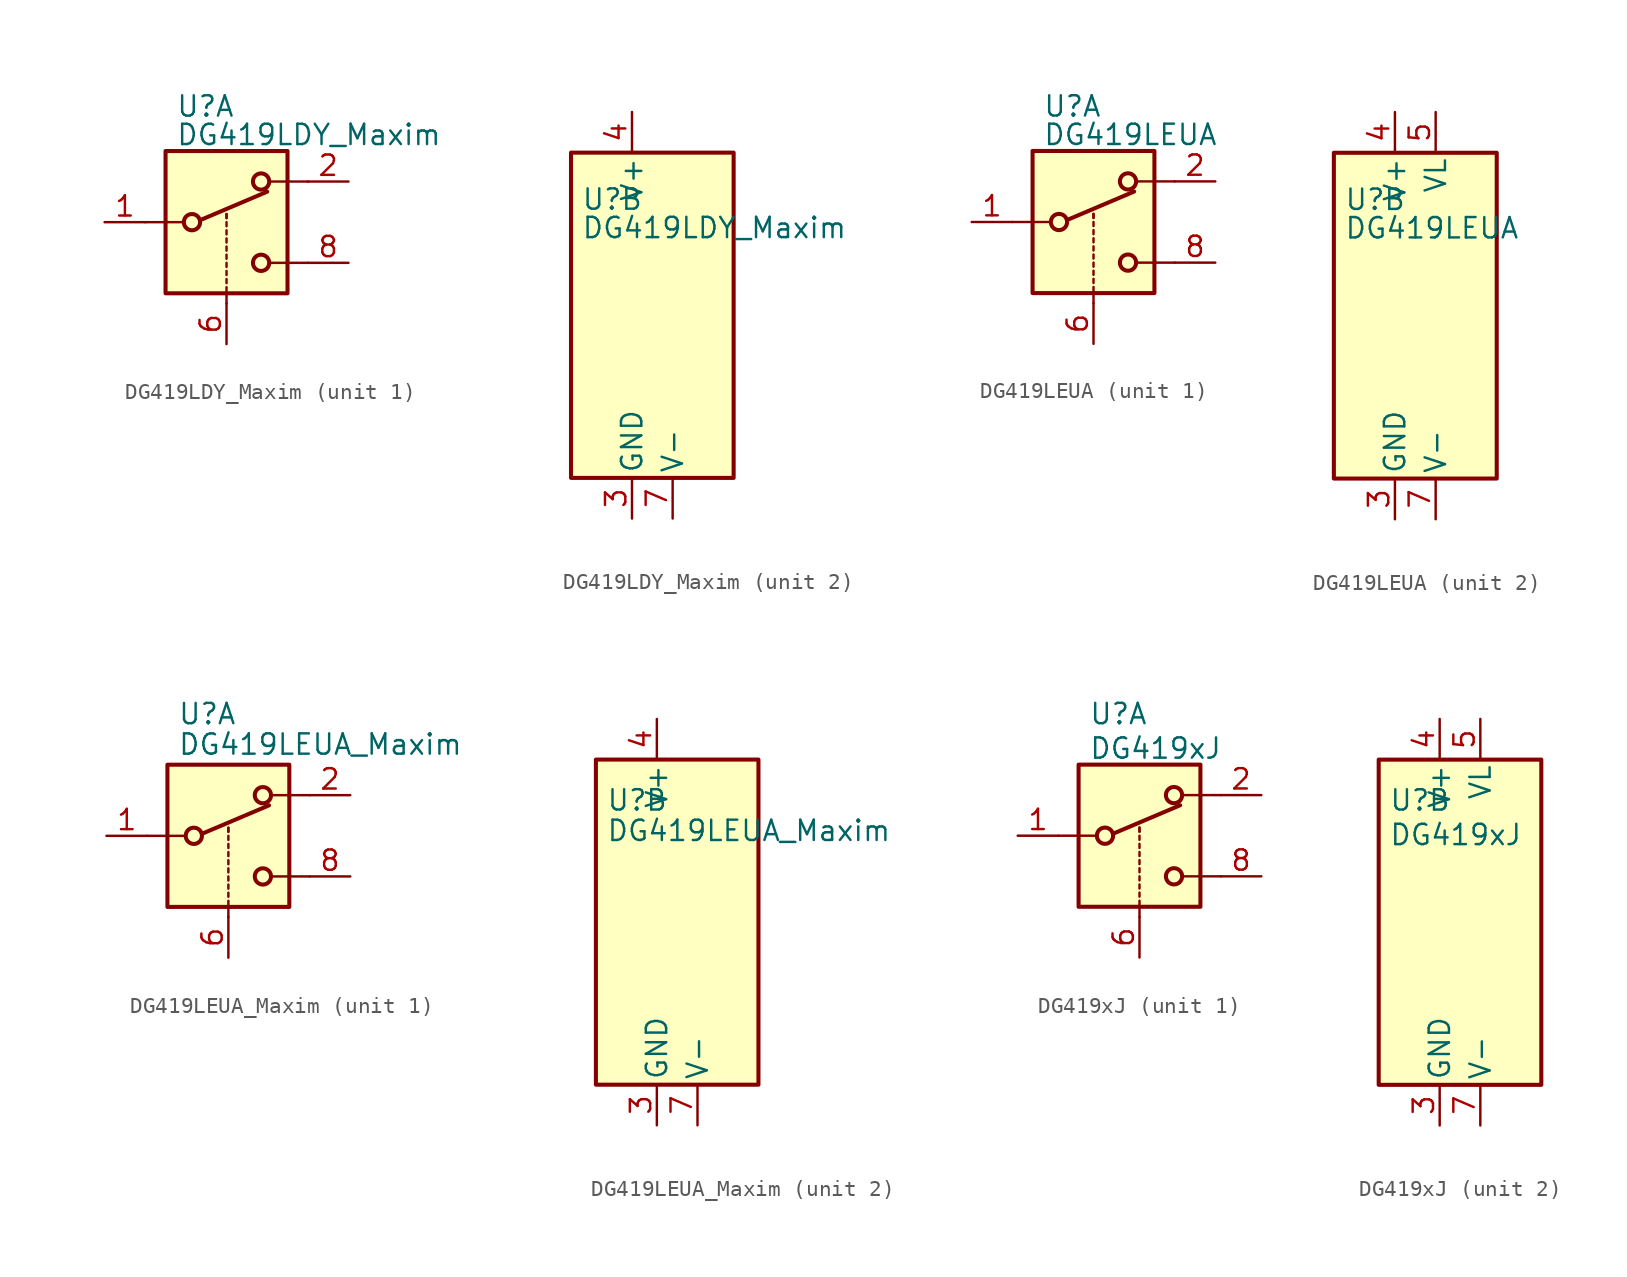
<source format=kicad_sym>
(kicad_symbol_lib
  (version 20231120)
  (generator "kicad_symbol_editor")
  (generator_version "8.0")
  (symbol "DG419LDY_Maxim"
    (pin_names
      (offset 0.254))
    (property "Reference" "U"
      (at -3.175 7.239 0)
      (effects (font (size 1.27 1.27)) (justify left)))
    (property "Value" "DG419LDY_Maxim"
      (at -3.175 5.461 0)
      (effects (font (size 1.27 1.27)) (justify left)))
    (symbol "DG419LDY_Maxim_1_1"
      (rectangle (start -3.81 4.445) (end 3.81 -4.445) (stroke (width 0.254) (type default)) (fill (type background)))
      (circle (center -2.159 0) (radius 0.508) (stroke (width 0.254) (type default)) (fill (type none)))
      (polyline (pts (xy -5.08 0) (xy -2.794 0)) (stroke (width 0) (type default)) (fill (type none)))
      (polyline (pts (xy -1.651 0.127) (xy 2.54 1.905)) (stroke (width 0.254) (type default)) (fill (type none)))
      (polyline (pts (xy 0 -5.08) (xy 0 -4.572)) (stroke (width 0) (type default)) (fill (type none)))
      (polyline (pts (xy 0 -4.318) (xy 0 -4.064)) (stroke (width 0) (type default)) (fill (type none)))
      (polyline (pts (xy 0 -3.81) (xy 0 -3.556)) (stroke (width 0) (type default)) (fill (type none)))
      (polyline (pts (xy 0 -3.302) (xy 0 -3.048)) (stroke (width 0) (type default)) (fill (type none)))
      (polyline (pts (xy 0 -2.794) (xy 0 -2.54)) (stroke (width 0) (type default)) (fill (type none)))
      (polyline (pts (xy 0 -2.286) (xy 0 -2.032)) (stroke (width 0) (type default)) (fill (type none)))
      (polyline (pts (xy 0 -1.778) (xy 0 -1.524)) (stroke (width 0) (type default)) (fill (type none)))
      (polyline (pts (xy 0 -1.27) (xy 0 -1.016)) (stroke (width 0) (type default)) (fill (type none)))
      (polyline (pts (xy 0 -0.762) (xy 0 -0.508)) (stroke (width 0) (type default)) (fill (type none)))
      (polyline (pts (xy 0 -0.254) (xy 0 0)) (stroke (width 0) (type default)) (fill (type none)))
      (polyline (pts (xy 0 0.254) (xy 0 0.508)) (stroke (width 0) (type default)) (fill (type none)))
      (polyline (pts (xy 0 0.254) (xy 0 0.508)) (stroke (width 0) (type default)) (fill (type none)))
      (polyline (pts (xy 5.08 -2.54) (xy 2.794 -2.54)) (stroke (width 0) (type default)) (fill (type none)))
      (polyline (pts (xy 5.08 2.54) (xy 2.794 2.54)) (stroke (width 0) (type default)) (fill (type none)))
      (circle (center 2.159 -2.54) (radius 0.508) (stroke (width 0.254) (type default)) (fill (type none)))
      (circle (center 2.159 2.54) (radius 0.508) (stroke (width 0.254) (type default)) (fill (type none)))
      (pin passive line (at -7.62 0 0) (length 2.54) (name "~" (effects (font (size 1.27 1.27)))) (number "1" (effects (font (size 1.27 1.27)))))
      (pin passive line (at 7.62 2.54 180) (length 2.54) (name "~" (effects (font (size 1.27 1.27)))) (number "2" (effects (font (size 1.27 1.27)))))
      (pin input line (at 0 -7.62 90) (length 2.54) (name "~" (effects (font (size 1.27 1.27)))) (number "6" (effects (font (size 1.27 1.27)))))
      (pin passive line (at 7.62 -2.54 180) (length 2.54) (name "~" (effects (font (size 1.27 1.27)))) (number "8" (effects (font (size 1.27 1.27))))))
    (symbol "DG419LDY_Maxim_2_0"
      (pin power_in line (at 0 -12.7 90) (length 2.54) (name "GND" (effects (font (size 1.27 1.27)))) (number "3" (effects (font (size 1.27 1.27)))))
      (pin power_in line (at 0 12.7 270) (length 2.54) (name "V+" (effects (font (size 1.27 1.27)))) (number "4" (effects (font (size 1.27 1.27)))))
      (pin no_connect line (at 2.54 10.16 270) (length 2.54) hide (name "NC" (effects (font (size 1.27 1.27)))) (number "5" (effects (font (size 1.27 1.27)))))
      (pin power_in line (at 2.54 -12.7 90) (length 2.54) (name "V-" (effects (font (size 1.27 1.27)))) (number "7" (effects (font (size 1.27 1.27))))))
    (symbol "DG419LDY_Maxim_2_1"
      (rectangle (start -3.81 10.16) (end 6.35 -10.16) (stroke (width 0.254) (type default)) (fill (type background)))))
  (symbol "DG419LEUA"
    (pin_names
      (offset 0.254))
    (property "Reference" "U"
      (at -3.175 7.239 0)
      (effects (font (size 1.27 1.27)) (justify left)))
    (property "Value" "DG419LEUA"
      (at -3.175 5.461 0)
      (effects (font (size 1.27 1.27)) (justify left)))
    (symbol "DG419LEUA_1_1"
      (rectangle (start -3.81 4.445) (end 3.81 -4.445) (stroke (width 0.254) (type default)) (fill (type background)))
      (circle (center -2.159 0) (radius 0.508) (stroke (width 0.254) (type default)) (fill (type none)))
      (polyline (pts (xy -5.08 0) (xy -2.794 0)) (stroke (width 0) (type default)) (fill (type none)))
      (polyline (pts (xy -1.651 0.127) (xy 2.54 1.905)) (stroke (width 0.254) (type default)) (fill (type none)))
      (polyline (pts (xy 0 -5.08) (xy 0 -4.572)) (stroke (width 0) (type default)) (fill (type none)))
      (polyline (pts (xy 0 -4.318) (xy 0 -4.064)) (stroke (width 0) (type default)) (fill (type none)))
      (polyline (pts (xy 0 -3.81) (xy 0 -3.556)) (stroke (width 0) (type default)) (fill (type none)))
      (polyline (pts (xy 0 -3.302) (xy 0 -3.048)) (stroke (width 0) (type default)) (fill (type none)))
      (polyline (pts (xy 0 -2.794) (xy 0 -2.54)) (stroke (width 0) (type default)) (fill (type none)))
      (polyline (pts (xy 0 -2.286) (xy 0 -2.032)) (stroke (width 0) (type default)) (fill (type none)))
      (polyline (pts (xy 0 -1.778) (xy 0 -1.524)) (stroke (width 0) (type default)) (fill (type none)))
      (polyline (pts (xy 0 -1.27) (xy 0 -1.016)) (stroke (width 0) (type default)) (fill (type none)))
      (polyline (pts (xy 0 -0.762) (xy 0 -0.508)) (stroke (width 0) (type default)) (fill (type none)))
      (polyline (pts (xy 0 -0.254) (xy 0 0)) (stroke (width 0) (type default)) (fill (type none)))
      (polyline (pts (xy 0 0.254) (xy 0 0.508)) (stroke (width 0) (type default)) (fill (type none)))
      (polyline (pts (xy 0 0.254) (xy 0 0.508)) (stroke (width 0) (type default)) (fill (type none)))
      (polyline (pts (xy 5.08 -2.54) (xy 2.794 -2.54)) (stroke (width 0) (type default)) (fill (type none)))
      (polyline (pts (xy 5.08 2.54) (xy 2.794 2.54)) (stroke (width 0) (type default)) (fill (type none)))
      (circle (center 2.159 -2.54) (radius 0.508) (stroke (width 0.254) (type default)) (fill (type none)))
      (circle (center 2.159 2.54) (radius 0.508) (stroke (width 0.254) (type default)) (fill (type none)))
      (pin passive line (at -7.62 0 0) (length 2.54) (name "~" (effects (font (size 1.27 1.27)))) (number "1" (effects (font (size 1.27 1.27)))))
      (pin passive line (at 7.62 2.54 180) (length 2.54) (name "~" (effects (font (size 1.27 1.27)))) (number "2" (effects (font (size 1.27 1.27)))))
      (pin input line (at 0 -7.62 90) (length 2.54) (name "~" (effects (font (size 1.27 1.27)))) (number "6" (effects (font (size 1.27 1.27)))))
      (pin passive line (at 7.62 -2.54 180) (length 2.54) (name "~" (effects (font (size 1.27 1.27)))) (number "8" (effects (font (size 1.27 1.27))))))
    (symbol "DG419LEUA_2_0"
      (pin power_in line (at 0 -12.7 90) (length 2.54) (name "GND" (effects (font (size 1.27 1.27)))) (number "3" (effects (font (size 1.27 1.27)))))
      (pin power_in line (at 0 12.7 270) (length 2.54) (name "V+" (effects (font (size 1.27 1.27)))) (number "4" (effects (font (size 1.27 1.27)))))
      (pin power_in line (at 2.54 12.7 270) (length 2.54) (name "VL" (effects (font (size 1.27 1.27)))) (number "5" (effects (font (size 1.27 1.27)))))
      (pin power_in line (at 2.54 -12.7 90) (length 2.54) (name "V-" (effects (font (size 1.27 1.27)))) (number "7" (effects (font (size 1.27 1.27))))))
    (symbol "DG419LEUA_2_1"
      (rectangle (start -3.81 10.16) (end 6.35 -10.16) (stroke (width 0.254) (type default)) (fill (type background)))))
  (symbol "DG419LEUA_Maxim"
    (pin_names
      (offset 0.254))
    (property "Reference" "U"
      (at -3.175 7.62 0)
      (effects (font (size 1.27 1.27)) (justify left)))
    (property "Value" "DG419LEUA_Maxim"
      (at -3.175 5.715 0)
      (effects (font (size 1.27 1.27)) (justify left)))
    (symbol "DG419LEUA_Maxim_1_1"
      (rectangle (start -3.81 4.445) (end 3.81 -4.445) (stroke (width 0.254) (type default)) (fill (type background)))
      (circle (center -2.159 0) (radius 0.508) (stroke (width 0.254) (type default)) (fill (type none)))
      (polyline (pts (xy -5.08 0) (xy -2.794 0)) (stroke (width 0) (type default)) (fill (type none)))
      (polyline (pts (xy -1.651 0.127) (xy 2.54 1.905)) (stroke (width 0.254) (type default)) (fill (type none)))
      (polyline (pts (xy 0 -5.08) (xy 0 -4.572)) (stroke (width 0) (type default)) (fill (type none)))
      (polyline (pts (xy 0 -4.318) (xy 0 -4.064)) (stroke (width 0) (type default)) (fill (type none)))
      (polyline (pts (xy 0 -3.81) (xy 0 -3.556)) (stroke (width 0) (type default)) (fill (type none)))
      (polyline (pts (xy 0 -3.302) (xy 0 -3.048)) (stroke (width 0) (type default)) (fill (type none)))
      (polyline (pts (xy 0 -2.794) (xy 0 -2.54)) (stroke (width 0) (type default)) (fill (type none)))
      (polyline (pts (xy 0 -2.286) (xy 0 -2.032)) (stroke (width 0) (type default)) (fill (type none)))
      (polyline (pts (xy 0 -1.778) (xy 0 -1.524)) (stroke (width 0) (type default)) (fill (type none)))
      (polyline (pts (xy 0 -1.27) (xy 0 -1.016)) (stroke (width 0) (type default)) (fill (type none)))
      (polyline (pts (xy 0 -0.762) (xy 0 -0.508)) (stroke (width 0) (type default)) (fill (type none)))
      (polyline (pts (xy 0 -0.254) (xy 0 0)) (stroke (width 0) (type default)) (fill (type none)))
      (polyline (pts (xy 0 0.254) (xy 0 0.508)) (stroke (width 0) (type default)) (fill (type none)))
      (polyline (pts (xy 0 0.254) (xy 0 0.508)) (stroke (width 0) (type default)) (fill (type none)))
      (polyline (pts (xy 5.08 -2.54) (xy 2.794 -2.54)) (stroke (width 0) (type default)) (fill (type none)))
      (polyline (pts (xy 5.08 2.54) (xy 2.794 2.54)) (stroke (width 0) (type default)) (fill (type none)))
      (circle (center 2.159 -2.54) (radius 0.508) (stroke (width 0.254) (type default)) (fill (type none)))
      (circle (center 2.159 2.54) (radius 0.508) (stroke (width 0.254) (type default)) (fill (type none)))
      (pin passive line (at -7.62 0 0) (length 2.54) (name "~" (effects (font (size 1.27 1.27)))) (number "1" (effects (font (size 1.27 1.27)))))
      (pin passive line (at 7.62 2.54 180) (length 2.54) (name "~" (effects (font (size 1.27 1.27)))) (number "2" (effects (font (size 1.27 1.27)))))
      (pin input line (at 0 -7.62 90) (length 2.54) (name "~" (effects (font (size 1.27 1.27)))) (number "6" (effects (font (size 1.27 1.27)))))
      (pin passive line (at 7.62 -2.54 180) (length 2.54) (name "~" (effects (font (size 1.27 1.27)))) (number "8" (effects (font (size 1.27 1.27))))))
    (symbol "DG419LEUA_Maxim_2_0"
      (pin power_in line (at 0 -12.7 90) (length 2.54) (name "GND" (effects (font (size 1.27 1.27)))) (number "3" (effects (font (size 1.27 1.27)))))
      (pin power_in line (at 0 12.7 270) (length 2.54) (name "V+" (effects (font (size 1.27 1.27)))) (number "4" (effects (font (size 1.27 1.27)))))
      (pin no_connect line (at 2.54 10.16 270) (length 2.54) hide (name "NC" (effects (font (size 1.27 1.27)))) (number "5" (effects (font (size 1.27 1.27)))))
      (pin power_in line (at 2.54 -12.7 90) (length 2.54) (name "V-" (effects (font (size 1.27 1.27)))) (number "7" (effects (font (size 1.27 1.27))))))
    (symbol "DG419LEUA_Maxim_2_1"
      (rectangle (start -3.81 10.16) (end 6.35 -10.16) (stroke (width 0.254) (type default)) (fill (type background)))))
  (symbol "DG419xJ"
    (pin_names
      (offset 0.254))
    (property "Reference" "U"
      (at -3.175 7.62 0)
      (effects (font (size 1.27 1.27)) (justify left)))
    (property "Value" "DG419xJ"
      (at -3.175 5.461 0)
      (effects (font (size 1.27 1.27)) (justify left)))
    (symbol "DG419xJ_1_1"
      (rectangle (start -3.81 4.445) (end 3.81 -4.445) (stroke (width 0.254) (type default)) (fill (type background)))
      (circle (center -2.159 0) (radius 0.508) (stroke (width 0.254) (type default)) (fill (type none)))
      (polyline (pts (xy -5.08 0) (xy -2.794 0)) (stroke (width 0) (type default)) (fill (type none)))
      (polyline (pts (xy -1.651 0.127) (xy 2.54 1.905)) (stroke (width 0.254) (type default)) (fill (type none)))
      (polyline (pts (xy 0 -5.08) (xy 0 -4.572)) (stroke (width 0) (type default)) (fill (type none)))
      (polyline (pts (xy 0 -4.318) (xy 0 -4.064)) (stroke (width 0) (type default)) (fill (type none)))
      (polyline (pts (xy 0 -3.81) (xy 0 -3.556)) (stroke (width 0) (type default)) (fill (type none)))
      (polyline (pts (xy 0 -3.302) (xy 0 -3.048)) (stroke (width 0) (type default)) (fill (type none)))
      (polyline (pts (xy 0 -2.794) (xy 0 -2.54)) (stroke (width 0) (type default)) (fill (type none)))
      (polyline (pts (xy 0 -2.286) (xy 0 -2.032)) (stroke (width 0) (type default)) (fill (type none)))
      (polyline (pts (xy 0 -1.778) (xy 0 -1.524)) (stroke (width 0) (type default)) (fill (type none)))
      (polyline (pts (xy 0 -1.27) (xy 0 -1.016)) (stroke (width 0) (type default)) (fill (type none)))
      (polyline (pts (xy 0 -0.762) (xy 0 -0.508)) (stroke (width 0) (type default)) (fill (type none)))
      (polyline (pts (xy 0 -0.254) (xy 0 0)) (stroke (width 0) (type default)) (fill (type none)))
      (polyline (pts (xy 0 0.254) (xy 0 0.508)) (stroke (width 0) (type default)) (fill (type none)))
      (polyline (pts (xy 0 0.254) (xy 0 0.508)) (stroke (width 0) (type default)) (fill (type none)))
      (polyline (pts (xy 5.08 -2.54) (xy 2.794 -2.54)) (stroke (width 0) (type default)) (fill (type none)))
      (polyline (pts (xy 5.08 2.54) (xy 2.794 2.54)) (stroke (width 0) (type default)) (fill (type none)))
      (circle (center 2.159 -2.54) (radius 0.508) (stroke (width 0.254) (type default)) (fill (type none)))
      (circle (center 2.159 2.54) (radius 0.508) (stroke (width 0.254) (type default)) (fill (type none)))
      (pin passive line (at -7.62 0 0) (length 2.54) (name "~" (effects (font (size 1.27 1.27)))) (number "1" (effects (font (size 1.27 1.27)))))
      (pin passive line (at 7.62 2.54 180) (length 2.54) (name "~" (effects (font (size 1.27 1.27)))) (number "2" (effects (font (size 1.27 1.27)))))
      (pin input line (at 0 -7.62 90) (length 2.54) (name "~" (effects (font (size 1.27 1.27)))) (number "6" (effects (font (size 1.27 1.27)))))
      (pin passive line (at 7.62 -2.54 180) (length 2.54) (name "~" (effects (font (size 1.27 1.27)))) (number "8" (effects (font (size 1.27 1.27))))))
    (symbol "DG419xJ_2_0"
      (pin power_in line (at 0 -12.7 90) (length 2.54) (name "GND" (effects (font (size 1.27 1.27)))) (number "3" (effects (font (size 1.27 1.27)))))
      (pin power_in line (at 0 12.7 270) (length 2.54) (name "V+" (effects (font (size 1.27 1.27)))) (number "4" (effects (font (size 1.27 1.27)))))
      (pin power_in line (at 2.54 12.7 270) (length 2.54) (name "VL" (effects (font (size 1.27 1.27)))) (number "5" (effects (font (size 1.27 1.27)))))
      (pin power_in line (at 2.54 -12.7 90) (length 2.54) (name "V-" (effects (font (size 1.27 1.27)))) (number "7" (effects (font (size 1.27 1.27))))))
    (symbol "DG419xJ_2_1"
      (rectangle (start -3.81 10.16) (end 6.35 -10.16) (stroke (width 0.254) (type default)) (fill (type background))))))
</source>
